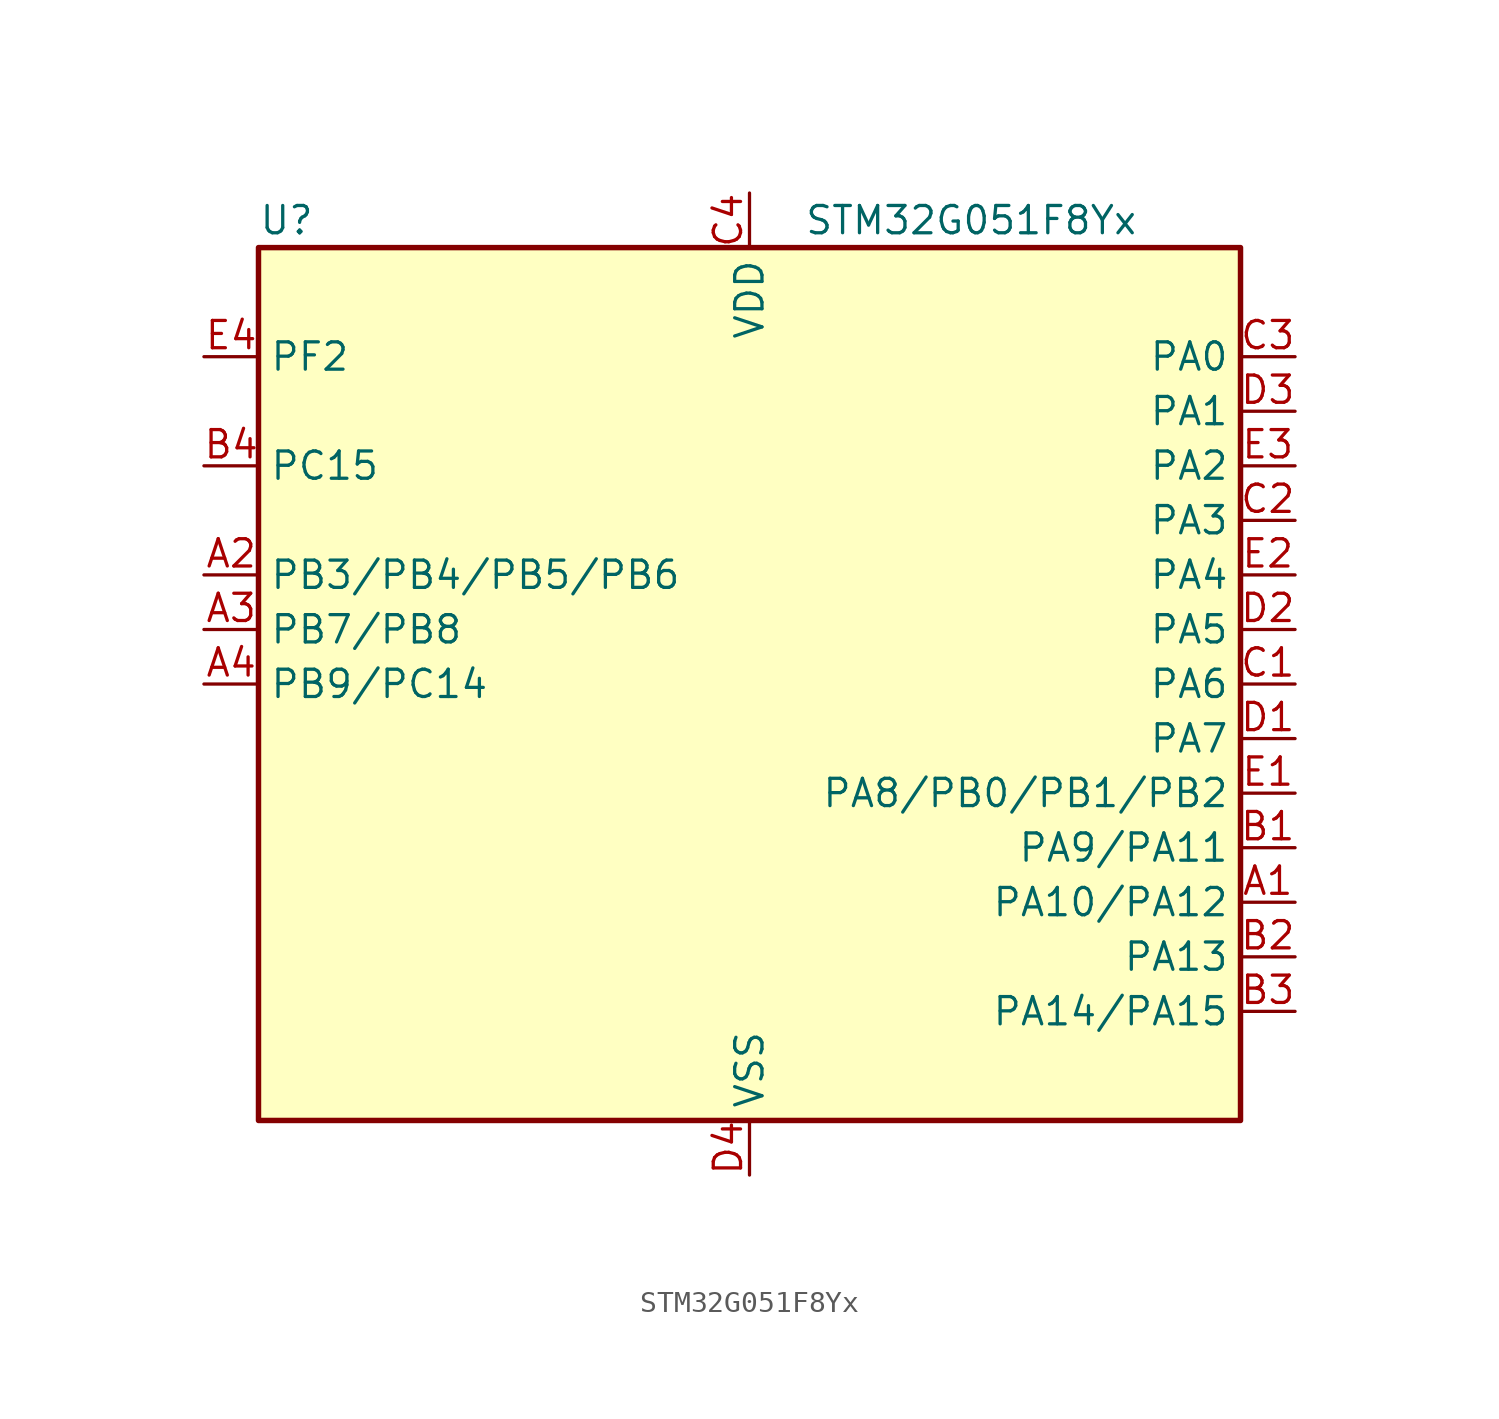
<source format=kicad_sym>
(kicad_symbol_lib
  (version 20241209)
  (generator "kicad_symbol_editor")
  (generator_version "9.0")
  (symbol "STM32G051F8Yx"
    (property "Reference" "U"
      (at -22.86 21.59 0)
      (effects (font (size 1.27 1.27)) (justify left)))
    (property "Value" "STM32G051F8Yx"
      (at 2.54 21.59 0)
      (effects (font (size 1.27 1.27)) (justify left)))
    (symbol "STM32G051F8Yx_0_1"
      (rectangle (start -22.86 -20.32) (end 22.86 20.32) (stroke (width 0.254) (type default)) (fill (type background))))
    (symbol "STM32G051F8Yx_1_1"
      (pin bidirectional line (at -25.4 15.24 0) (length 2.54) (name "PF2" (effects (font (size 1.27 1.27)))) (number "E4" (effects (font (size 1.27 1.27)))) (alternate "RCC_MCO" bidirectional line))
      (pin bidirectional line (at -25.4 10.16 0) (length 2.54) (name "PC15" (effects (font (size 1.27 1.27)))) (number "B4" (effects (font (size 1.27 1.27)))) (alternate "RCC_OSC32_EN" bidirectional line) (alternate "RCC_OSC32_OUT" bidirectional line) (alternate "RCC_OSC_EN" bidirectional line) (alternate "TIM15_BK" bidirectional line))
      (pin bidirectional line (at -25.4 5.08 0) (length 2.54) (name "PB3/PB4/PB5/PB6" (effects (font (size 1.27 1.27)))) (number "A2" (effects (font (size 1.27 1.27)))) (alternate "COMP2_INM (PB3)" bidirectional line) (alternate "COMP2_INP (PB4)" bidirectional line) (alternate "COMP2_INP (PB6)" bidirectional line) (alternate "COMP2_OUT (PB5)" bidirectional line) (alternate "I2C1_SCL (PB6)" bidirectional line) (alternate "I2C1_SMBA (PB5)" bidirectional line) (alternate "I2S1_CK (PB3)" bidirectional line) (alternate "I2S1_MCK (PB4)" bidirectional line) (alternate "I2S1_SD (PB5)" bidirectional line) (alternate "LPTIM1_ETR (PB6)" bidirectional line) (alternate "LPTIM1_IN1 (PB5)" bidirectional line) (alternate "PB3" bidirectional line) (alternate "PB4" bidirectional line) (alternate "PB5" bidirectional line) (alternate "PB6" bidirectional line) (alternate "SPI1_MISO (PB4)" bidirectional line) (alternate "SPI1_MOSI (PB5)" bidirectional line) (alternate "SPI1_SCK (PB3)" bidirectional line) (alternate "SPI2_MISO (PB6)" bidirectional line) (alternate "SYS_WKUP6 (PB5)" bidirectional line) (alternate "TIM16_BK (PB5)" bidirectional line) (alternate "TIM16_CH1N (PB6)" bidirectional line) (alternate "TIM17_BK (PB4)" bidirectional line) (alternate "TIM1_CH2 (PB3)" bidirectional line) (alternate "TIM1_CH3 (PB6)" bidirectional line) (alternate "TIM2_CH2 (PB3)" bidirectional line) (alternate "TIM3_CH1 (PB4)" bidirectional line) (alternate "TIM3_CH2 (PB5)" bidirectional line) (alternate "USART1_CK (PB3)" bidirectional line) (alternate "USART1_CTS (PB4)" bidirectional line) (alternate "USART1_DE (PB3)" bidirectional line) (alternate "USART1_NSS (PB4)" bidirectional line) (alternate "USART1_RTS (PB3)" bidirectional line) (alternate "USART1_TX (PB6)" bidirectional line))
      (pin bidirectional line (at -25.4 2.54 0) (length 2.54) (name "PB7/PB8" (effects (font (size 1.27 1.27)))) (number "A3" (effects (font (size 1.27 1.27)))) (alternate "ADC1_IN11 (PB7)" bidirectional line) (alternate "COMP2_INM (PB7)" bidirectional line) (alternate "I2C1_SCL (PB8)" bidirectional line) (alternate "I2C1_SDA (PB7)" bidirectional line) (alternate "LPTIM1_IN2 (PB7)" bidirectional line) (alternate "PB7" bidirectional line) (alternate "PB8" bidirectional line) (alternate "SPI2_MOSI (PB7)" bidirectional line) (alternate "SPI2_SCK (PB8)" bidirectional line) (alternate "SYS_PVD_IN (PB7)" bidirectional line) (alternate "TIM15_BK (PB8)" bidirectional line) (alternate "TIM16_CH1 (PB8)" bidirectional line) (alternate "TIM17_CH1N (PB7)" bidirectional line) (alternate "USART1_RX (PB7)" bidirectional line))
      (pin bidirectional line (at -25.4 0 0) (length 2.54) (name "PB9/PC14" (effects (font (size 1.27 1.27)))) (number "A4" (effects (font (size 1.27 1.27)))) (alternate "DAC1_EXTI9 (PB9)" bidirectional line) (alternate "I2C1_SDA (PB9)" bidirectional line) (alternate "IR_OUT (PB9)" bidirectional line) (alternate "PB9" bidirectional line) (alternate "PC14" bidirectional line) (alternate "RCC_OSC32_IN (PC14)" bidirectional line) (alternate "RCC_OSC_IN (PC14)" bidirectional line) (alternate "SPI2_NSS (PB9)" bidirectional line) (alternate "TIM17_CH1 (PB9)" bidirectional line) (alternate "TIM1_BK2 (PC14)" bidirectional line))
      (pin power_in line (at 0 22.86 270) (length 2.54) (name "VDD" (effects (font (size 1.27 1.27)))) (number "C4" (effects (font (size 1.27 1.27)))))
      (pin power_in line (at 0 -22.86 90) (length 2.54) (name "VSS" (effects (font (size 1.27 1.27)))) (number "D4" (effects (font (size 1.27 1.27)))))
      (pin bidirectional line (at 25.4 15.24 180) (length 2.54) (name "PA0" (effects (font (size 1.27 1.27)))) (number "C3" (effects (font (size 1.27 1.27)))) (alternate "ADC1_IN0" bidirectional line) (alternate "COMP1_INM" bidirectional line) (alternate "COMP1_OUT" bidirectional line) (alternate "LPTIM1_OUT" bidirectional line) (alternate "RTC_TAMP_IN2" bidirectional line) (alternate "SPI2_SCK" bidirectional line) (alternate "SYS_WKUP1" bidirectional line) (alternate "TIM2_CH1" bidirectional line) (alternate "TIM2_ETR" bidirectional line) (alternate "USART2_CTS" bidirectional line) (alternate "USART2_NSS" bidirectional line))
      (pin bidirectional line (at 25.4 12.7 180) (length 2.54) (name "PA1" (effects (font (size 1.27 1.27)))) (number "D3" (effects (font (size 1.27 1.27)))) (alternate "ADC1_IN1" bidirectional line) (alternate "COMP1_INP" bidirectional line) (alternate "I2C1_SMBA" bidirectional line) (alternate "I2S1_CK" bidirectional line) (alternate "SPI1_SCK" bidirectional line) (alternate "TIM15_CH1N" bidirectional line) (alternate "TIM2_CH2" bidirectional line) (alternate "USART2_CK" bidirectional line) (alternate "USART2_DE" bidirectional line) (alternate "USART2_RTS" bidirectional line))
      (pin bidirectional line (at 25.4 10.16 180) (length 2.54) (name "PA2" (effects (font (size 1.27 1.27)))) (number "E3" (effects (font (size 1.27 1.27)))) (alternate "ADC1_IN2" bidirectional line) (alternate "COMP2_INM" bidirectional line) (alternate "COMP2_OUT" bidirectional line) (alternate "I2S1_SD" bidirectional line) (alternate "LPUART1_TX" bidirectional line) (alternate "RCC_LSCO" bidirectional line) (alternate "SPI1_MOSI" bidirectional line) (alternate "SYS_WKUP4" bidirectional line) (alternate "TIM15_CH1" bidirectional line) (alternate "TIM2_CH3" bidirectional line) (alternate "USART2_TX" bidirectional line))
      (pin bidirectional line (at 25.4 7.62 180) (length 2.54) (name "PA3" (effects (font (size 1.27 1.27)))) (number "C2" (effects (font (size 1.27 1.27)))) (alternate "ADC1_IN3" bidirectional line) (alternate "COMP2_INP" bidirectional line) (alternate "LPUART1_RX" bidirectional line) (alternate "SPI2_MISO" bidirectional line) (alternate "TIM15_CH2" bidirectional line) (alternate "TIM2_CH4" bidirectional line) (alternate "USART2_RX" bidirectional line))
      (pin bidirectional line (at 25.4 5.08 180) (length 2.54) (name "PA4" (effects (font (size 1.27 1.27)))) (number "E2" (effects (font (size 1.27 1.27)))) (alternate "ADC1_IN4" bidirectional line) (alternate "DAC1_OUT1" bidirectional line) (alternate "I2S1_WS" bidirectional line) (alternate "LPTIM2_OUT" bidirectional line) (alternate "RTC_OUT1" bidirectional line) (alternate "RTC_TAMP_IN1" bidirectional line) (alternate "RTC_TS" bidirectional line) (alternate "SPI1_NSS" bidirectional line) (alternate "SPI2_MOSI" bidirectional line) (alternate "SYS_WKUP2" bidirectional line) (alternate "TIM14_CH1" bidirectional line))
      (pin bidirectional line (at 25.4 2.54 180) (length 2.54) (name "PA5" (effects (font (size 1.27 1.27)))) (number "D2" (effects (font (size 1.27 1.27)))) (alternate "ADC1_IN5" bidirectional line) (alternate "DAC1_OUT2" bidirectional line) (alternate "I2S1_CK" bidirectional line) (alternate "LPTIM2_ETR" bidirectional line) (alternate "SPI1_SCK" bidirectional line) (alternate "TIM2_CH1" bidirectional line) (alternate "TIM2_ETR" bidirectional line))
      (pin bidirectional line (at 25.4 0 180) (length 2.54) (name "PA6" (effects (font (size 1.27 1.27)))) (number "C1" (effects (font (size 1.27 1.27)))) (alternate "ADC1_IN6" bidirectional line) (alternate "COMP1_OUT" bidirectional line) (alternate "I2S1_MCK" bidirectional line) (alternate "LPUART1_CTS" bidirectional line) (alternate "SPI1_MISO" bidirectional line) (alternate "TIM16_CH1" bidirectional line) (alternate "TIM1_BK" bidirectional line) (alternate "TIM3_CH1" bidirectional line))
      (pin bidirectional line (at 25.4 -2.54 180) (length 2.54) (name "PA7" (effects (font (size 1.27 1.27)))) (number "D1" (effects (font (size 1.27 1.27)))) (alternate "ADC1_IN7" bidirectional line) (alternate "COMP2_OUT" bidirectional line) (alternate "I2S1_SD" bidirectional line) (alternate "SPI1_MOSI" bidirectional line) (alternate "TIM14_CH1" bidirectional line) (alternate "TIM17_CH1" bidirectional line) (alternate "TIM1_CH1N" bidirectional line) (alternate "TIM3_CH2" bidirectional line))
      (pin bidirectional line (at 25.4 -5.08 180) (length 2.54) (name "PA8/PB0/PB1/PB2" (effects (font (size 1.27 1.27)))) (number "E1" (effects (font (size 1.27 1.27)))) (alternate "ADC1_IN10 (PB2)" bidirectional line) (alternate "ADC1_IN8 (PB0)" bidirectional line) (alternate "ADC1_IN9 (PB1)" bidirectional line) (alternate "COMP1_INM (PB1)" bidirectional line) (alternate "COMP1_INP (PB2)" bidirectional line) (alternate "COMP1_OUT (PB0)" bidirectional line) (alternate "I2S1_WS (PB0)" bidirectional line) (alternate "LPTIM1_OUT (PB0)" bidirectional line) (alternate "LPTIM1_OUT (PB2)" bidirectional line) (alternate "LPTIM2_IN1 (PB1)" bidirectional line) (alternate "LPTIM2_OUT (PA8)" bidirectional line) (alternate "LPUART1_DE (PB1)" bidirectional line) (alternate "LPUART1_RTS (PB1)" bidirectional line) (alternate "PA8" bidirectional line) (alternate "PB0" bidirectional line) (alternate "PB1" bidirectional line) (alternate "PB2" bidirectional line) (alternate "RCC_MCO (PA8)" bidirectional line) (alternate "SPI1_NSS (PB0)" bidirectional line) (alternate "SPI2_MISO (PB2)" bidirectional line) (alternate "SPI2_NSS (PA8)" bidirectional line) (alternate "TIM14_CH1 (PB1)" bidirectional line) (alternate "TIM1_CH1 (PA8)" bidirectional line) (alternate "TIM1_CH2N (PB0)" bidirectional line) (alternate "TIM1_CH3N (PB1)" bidirectional line) (alternate "TIM3_CH3 (PB0)" bidirectional line) (alternate "TIM3_CH4 (PB1)" bidirectional line))
      (pin bidirectional line (at 25.4 -7.62 180) (length 2.54) (name "PA9/PA11" (effects (font (size 1.27 1.27)))) (number "B1" (effects (font (size 1.27 1.27)))) (alternate "ADC1_EXTI11 (PA11)" bidirectional line) (alternate "ADC1_IN15 (PA11)" bidirectional line) (alternate "COMP1_OUT (PA11)" bidirectional line) (alternate "DAC1_EXTI9 (PA9)" bidirectional line) (alternate "I2C1_SCL (PA9)" bidirectional line) (alternate "I2C2_SCL (PA11)" bidirectional line) (alternate "I2S1_MCK (PA11)" bidirectional line) (alternate "PA11" bidirectional line) (alternate "PA9" bidirectional line) (alternate "RCC_MCO (PA9)" bidirectional line) (alternate "SPI1_MISO (PA11)" bidirectional line) (alternate "SPI2_MISO (PA9)" bidirectional line) (alternate "TIM15_BK (PA9)" bidirectional line) (alternate "TIM1_BK2 (PA11)" bidirectional line) (alternate "TIM1_CH2 (PA9)" bidirectional line) (alternate "TIM1_CH4 (PA11)" bidirectional line) (alternate "USART1_CTS (PA11)" bidirectional line) (alternate "USART1_NSS (PA11)" bidirectional line) (alternate "USART1_TX (PA9)" bidirectional line))
      (pin bidirectional line (at 25.4 -10.16 180) (length 2.54) (name "PA10/PA12" (effects (font (size 1.27 1.27)))) (number "A1" (effects (font (size 1.27 1.27)))) (alternate "ADC1_IN16 (PA12)" bidirectional line) (alternate "COMP2_OUT (PA12)" bidirectional line) (alternate "I2C1_SDA (PA10)" bidirectional line) (alternate "I2C2_SDA (PA12)" bidirectional line) (alternate "I2S1_SD (PA12)" bidirectional line) (alternate "I2S_CKIN (PA12)" bidirectional line) (alternate "PA10" bidirectional line) (alternate "PA12" bidirectional line) (alternate "SPI1_MOSI (PA12)" bidirectional line) (alternate "SPI2_MOSI (PA10)" bidirectional line) (alternate "TIM17_BK (PA10)" bidirectional line) (alternate "TIM1_CH3 (PA10)" bidirectional line) (alternate "TIM1_ETR (PA12)" bidirectional line) (alternate "USART1_CK (PA12)" bidirectional line) (alternate "USART1_DE (PA12)" bidirectional line) (alternate "USART1_RTS (PA12)" bidirectional line) (alternate "USART1_RX (PA10)" bidirectional line))
      (pin bidirectional line (at 25.4 -12.7 180) (length 2.54) (name "PA13" (effects (font (size 1.27 1.27)))) (number "B2" (effects (font (size 1.27 1.27)))) (alternate "ADC1_IN17" bidirectional line) (alternate "IR_OUT" bidirectional line) (alternate "SYS_SWDIO" bidirectional line))
      (pin bidirectional line (at 25.4 -15.24 180) (length 2.54) (name "PA14/PA15" (effects (font (size 1.27 1.27)))) (number "B3" (effects (font (size 1.27 1.27)))) (alternate "ADC1_IN18 (PA14)" bidirectional line) (alternate "I2S1_WS (PA15)" bidirectional line) (alternate "PA14" bidirectional line) (alternate "PA15" bidirectional line) (alternate "SPI1_NSS (PA15)" bidirectional line) (alternate "SYS_SWCLK (PA14)" bidirectional line) (alternate "TIM2_CH1 (PA15)" bidirectional line) (alternate "TIM2_ETR (PA15)" bidirectional line) (alternate "USART2_RX (PA15)" bidirectional line) (alternate "USART2_TX (PA14)" bidirectional line)))))
</source>
